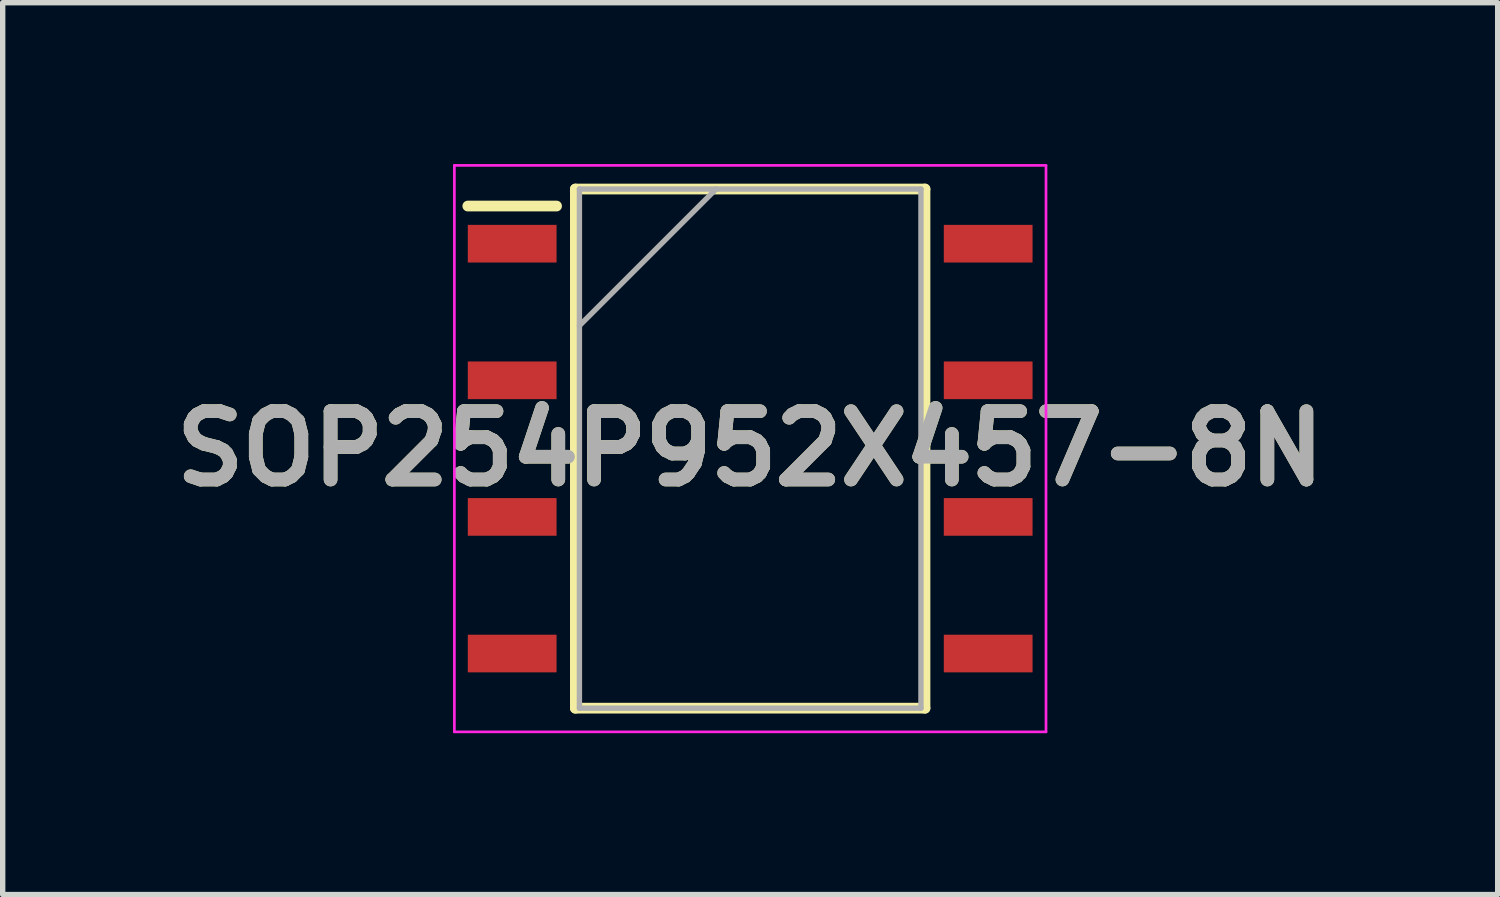
<source format=kicad_pcb>
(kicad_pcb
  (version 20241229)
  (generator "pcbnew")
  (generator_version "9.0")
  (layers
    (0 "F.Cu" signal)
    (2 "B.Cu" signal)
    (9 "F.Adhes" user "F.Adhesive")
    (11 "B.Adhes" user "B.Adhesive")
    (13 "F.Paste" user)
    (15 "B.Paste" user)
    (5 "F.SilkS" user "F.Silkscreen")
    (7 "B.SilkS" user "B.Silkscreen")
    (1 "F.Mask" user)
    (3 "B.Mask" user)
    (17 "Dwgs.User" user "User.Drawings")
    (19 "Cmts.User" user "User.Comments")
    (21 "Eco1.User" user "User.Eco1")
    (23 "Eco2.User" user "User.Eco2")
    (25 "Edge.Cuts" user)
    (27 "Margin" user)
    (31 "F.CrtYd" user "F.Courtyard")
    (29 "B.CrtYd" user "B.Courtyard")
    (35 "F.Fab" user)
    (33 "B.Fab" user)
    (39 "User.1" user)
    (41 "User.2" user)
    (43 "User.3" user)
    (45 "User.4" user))
  (footprint "SOP254P952X457-8N"
    (layer "F.Cu")
    (at 10.898 5.291)
    (property "Reference" "SOP254P952X457-8N" (at 0 0 0) (layer "F.SilkS") (effects (font (size 1.27 1.27) (thickness 0.254))))
    (attr smd)
    (fp_line (start -5.25 -4.51) (end -3.6 -4.51) (stroke (width 0.2) (type solid)) (layer "F.SilkS"))
    (fp_line (start -3.25 -4.826) (end 3.25 -4.826) (stroke (width 0.2) (type solid)) (layer "F.SilkS"))
    (fp_line (start -3.25 4.826) (end -3.25 -4.826) (stroke (width 0.2) (type solid)) (layer "F.SilkS"))
    (fp_line (start 3.25 -4.826) (end 3.25 4.826) (stroke (width 0.2) (type solid)) (layer "F.SilkS"))
    (fp_line (start 3.25 4.826) (end -3.25 4.826) (stroke (width 0.2) (type solid)) (layer "F.SilkS"))
    (fp_line (start -5.5 -5.266) (end 5.5 -5.266) (stroke (width 0.05) (type solid)) (layer "F.CrtYd"))
    (fp_line (start -5.5 5.266) (end -5.5 -5.266) (stroke (width 0.05) (type solid)) (layer "F.CrtYd"))
    (fp_line (start 5.5 -5.266) (end 5.5 5.266) (stroke (width 0.05) (type solid)) (layer "F.CrtYd"))
    (fp_line (start 5.5 5.266) (end -5.5 5.266) (stroke (width 0.05) (type solid)) (layer "F.CrtYd"))
    (fp_line (start -3.175 -4.826) (end 3.175 -4.826) (stroke (width 0.1) (type solid)) (layer "F.Fab"))
    (fp_line (start -3.175 -2.286) (end -0.635 -4.826) (stroke (width 0.1) (type solid)) (layer "F.Fab"))
    (fp_line (start -3.175 4.826) (end -3.175 -4.826) (stroke (width 0.1) (type solid)) (layer "F.Fab"))
    (fp_line (start 3.175 -4.826) (end 3.175 4.826) (stroke (width 0.1) (type solid)) (layer "F.Fab"))
    (fp_line (start 3.175 4.826) (end -3.175 4.826) (stroke (width 0.1) (type solid)) (layer "F.Fab"))
    (fp_text user "${REFERENCE}" (at 0 0 0) (layer "F.Fab") (effects (font (size 1.27 1.27) (thickness 0.254))))
    (pad "1" smd rect (at -4.425 -3.81 90) (size 0.7 1.65) (layers "F.Cu" "F.Mask" "F.Paste"))
    (pad "2" smd rect (at -4.425 -1.27 90) (size 0.7 1.65) (layers "F.Cu" "F.Mask" "F.Paste"))
    (pad "3" smd rect (at -4.425 1.27 90) (size 0.7 1.65) (layers "F.Cu" "F.Mask" "F.Paste"))
    (pad "4" smd rect (at -4.425 3.81 90) (size 0.7 1.65) (layers "F.Cu" "F.Mask" "F.Paste"))
    (pad "5" smd rect (at 4.425 3.81 90) (size 0.7 1.65) (layers "F.Cu" "F.Mask" "F.Paste"))
    (pad "6" smd rect (at 4.425 1.27 90) (size 0.7 1.65) (layers "F.Cu" "F.Mask" "F.Paste"))
    (pad "7" smd rect (at 4.425 -1.27 90) (size 0.7 1.65) (layers "F.Cu" "F.Mask" "F.Paste"))
    (pad "8" smd rect (at 4.425 -3.81 90) (size 0.7 1.65) (layers "F.Cu" "F.Mask" "F.Paste")))
  (gr_rect
    (start -3 -3)
    (end 24.796 13.582)
    (stroke (width 0.1) (type default))
    (fill no)
    (layer "Edge.Cuts")))
</source>
